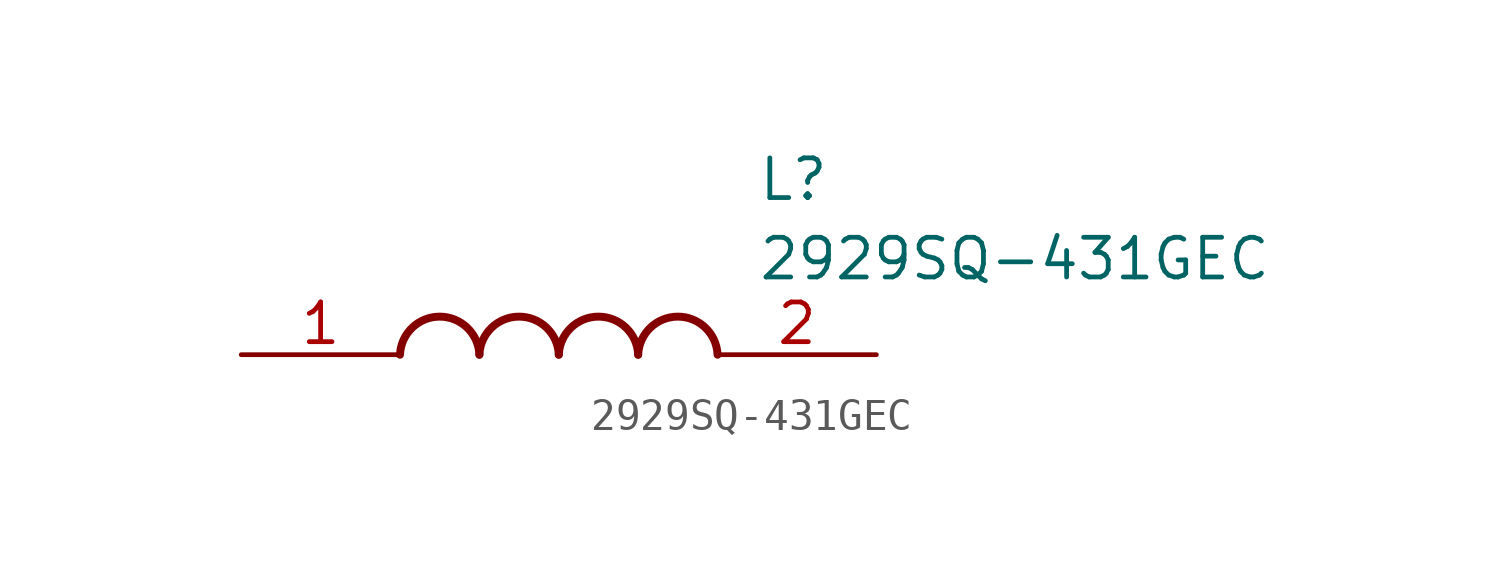
<source format=kicad_sym>
(kicad_symbol_lib
  (version 20211014)
  (generator SamacSys_ECAD_Model)
  (symbol "2929SQ-431GEC"
    (pin_names hide)
    (property "Reference" "L"
      (at 16.51 6.35 0)
      (effects (font (size 1.27 1.27)) (justify left top)))
    (property "Value" "2929SQ-431GEC"
      (at 16.51 3.81 0)
      (effects (font (size 1.27 1.27)) (justify left top)))
    (arc
      (start 7.62 0)
      (mid 6.35 1.219)
      (end 5.08 0)
      (stroke (width 0.254) (type default))
      (fill (type none)))
    (arc
      (start 10.16 0)
      (mid 8.89 1.219)
      (end 7.62 0)
      (stroke (width 0.254) (type default))
      (fill (type none)))
    (arc
      (start 12.7 0)
      (mid 11.43 1.219)
      (end 10.16 0)
      (stroke (width 0.254) (type default))
      (fill (type none)))
    (arc
      (start 15.24 0)
      (mid 13.97 1.219)
      (end 12.7 0)
      (stroke (width 0.254) (type default))
      (fill (type none)))
    (pin passive line
      (at 0 0 0)
      (length 5.08)
      (name "1" (effects (font (size 1.27 1.27))))
      (number "1" (effects (font (size 1.27 1.27)))))
    (pin passive line
      (at 20.32 0 180)
      (length 5.08)
      (name "2" (effects (font (size 1.27 1.27))))
      (number "2" (effects (font (size 1.27 1.27)))))))
</source>
